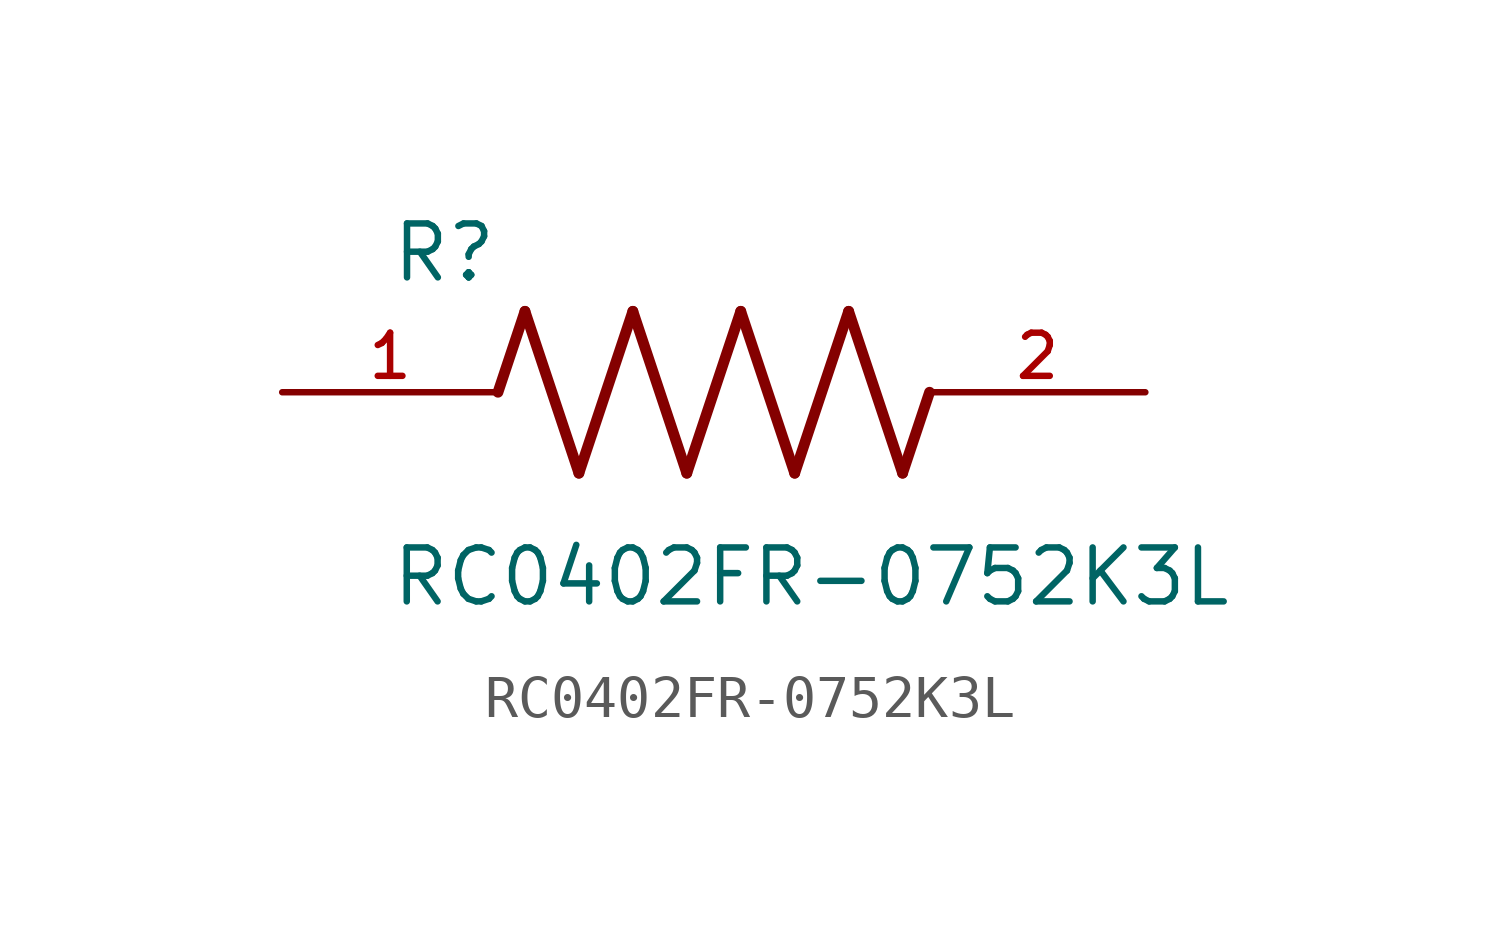
<source format=kicad_sym>
(kicad_symbol_lib
  (version 20211014)
  (generator kicad_symbol_editor)
  (symbol "RC0402FR-0752K3L"
    (pin_names
      (offset 1.016))
    (property "Reference" "R"
      (at -7.624 2.541 0)
      (effects (font (size 1.27 1.27)) (justify bottom left)))
    (property "Value" "RC0402FR-0752K3L"
      (at -7.63 -5.087 0)
      (effects (font (size 1.27 1.27)) (justify bottom left)))
    (symbol "RC0402FR-0752K3L_0_0"
      (polyline (pts (xy -5.08 0.0) (xy -4.445 1.905)) (stroke (width 0.254)))
      (polyline (pts (xy -4.445 1.905) (xy -3.175 -1.905)) (stroke (width 0.254)))
      (polyline (pts (xy -3.175 -1.905) (xy -1.905 1.905)) (stroke (width 0.254)))
      (polyline (pts (xy -1.905 1.905) (xy -0.635 -1.905)) (stroke (width 0.254)))
      (polyline (pts (xy -0.635 -1.905) (xy 0.635 1.905)) (stroke (width 0.254)))
      (polyline (pts (xy 0.635 1.905) (xy 1.905 -1.905)) (stroke (width 0.254)))
      (polyline (pts (xy 1.905 -1.905) (xy 3.175 1.905)) (stroke (width 0.254)))
      (polyline (pts (xy 3.175 1.905) (xy 4.445 -1.905)) (stroke (width 0.254)))
      (polyline (pts (xy 4.445 -1.905) (xy 5.08 0.0)) (stroke (width 0.254)))
      (pin passive line (at -10.16 0.0 0) (length 5.08) (name "~" (effects (font (size 1.016 1.016)))) (number "1" (effects (font (size 1.016 1.016)))))
      (pin passive line (at 10.16 0.0 180.0) (length 5.08) (name "~" (effects (font (size 1.016 1.016)))) (number "2" (effects (font (size 1.016 1.016))))))))
</source>
